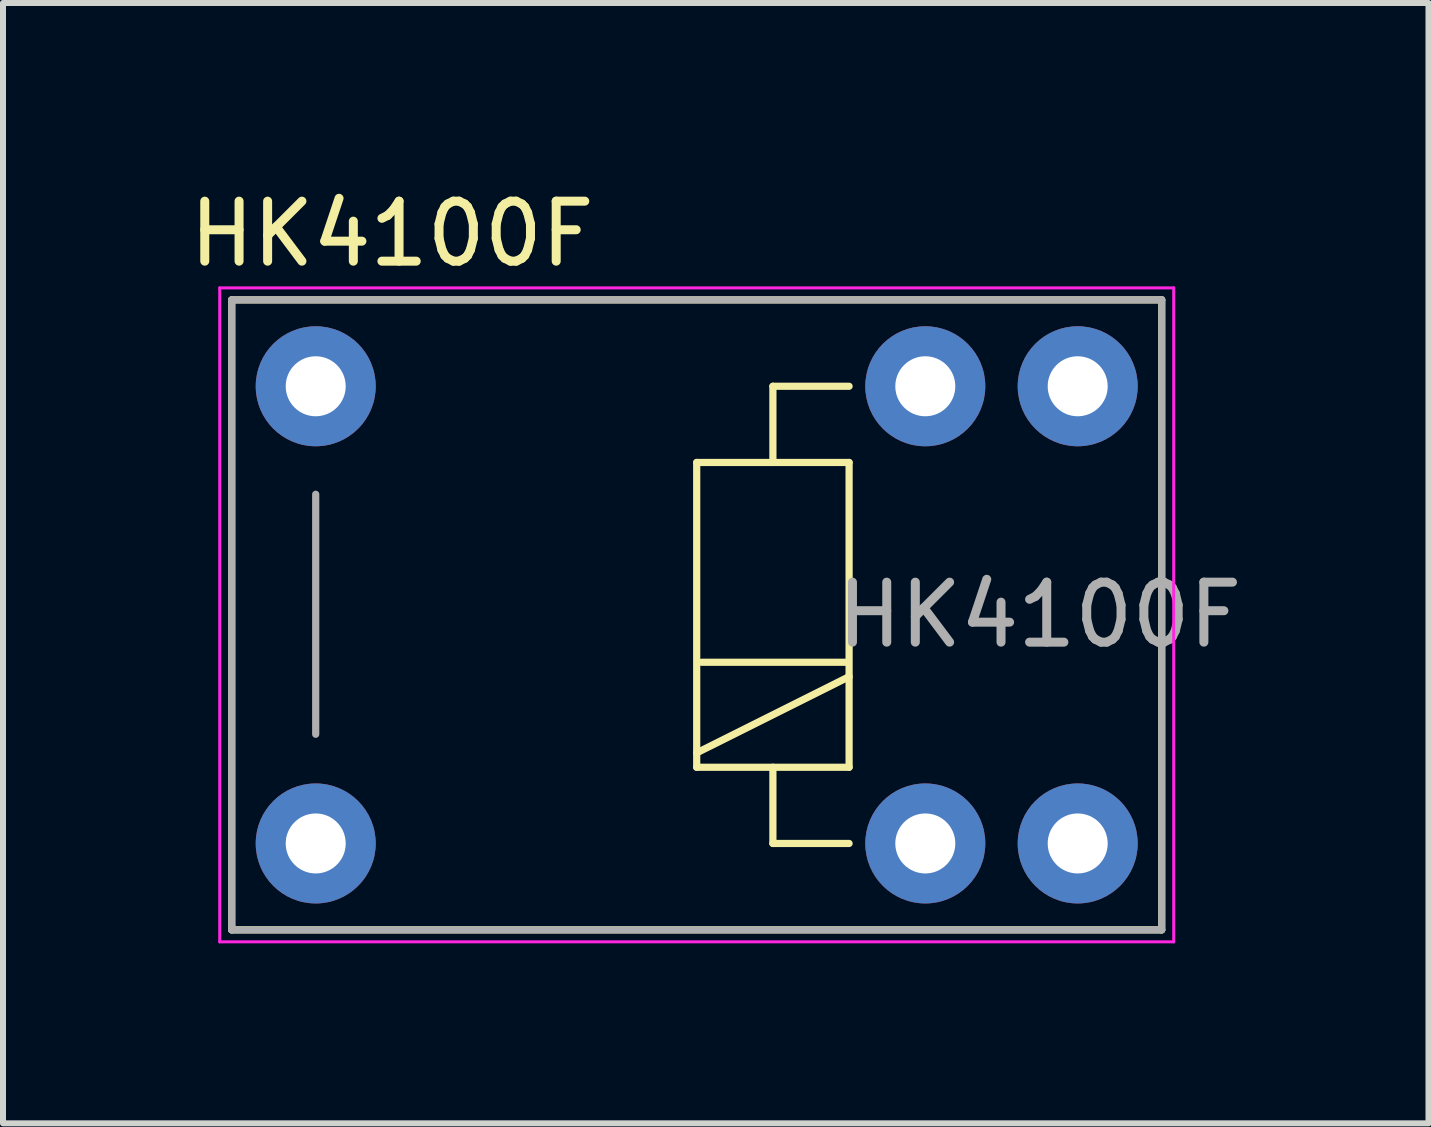
<source format=kicad_pcb>
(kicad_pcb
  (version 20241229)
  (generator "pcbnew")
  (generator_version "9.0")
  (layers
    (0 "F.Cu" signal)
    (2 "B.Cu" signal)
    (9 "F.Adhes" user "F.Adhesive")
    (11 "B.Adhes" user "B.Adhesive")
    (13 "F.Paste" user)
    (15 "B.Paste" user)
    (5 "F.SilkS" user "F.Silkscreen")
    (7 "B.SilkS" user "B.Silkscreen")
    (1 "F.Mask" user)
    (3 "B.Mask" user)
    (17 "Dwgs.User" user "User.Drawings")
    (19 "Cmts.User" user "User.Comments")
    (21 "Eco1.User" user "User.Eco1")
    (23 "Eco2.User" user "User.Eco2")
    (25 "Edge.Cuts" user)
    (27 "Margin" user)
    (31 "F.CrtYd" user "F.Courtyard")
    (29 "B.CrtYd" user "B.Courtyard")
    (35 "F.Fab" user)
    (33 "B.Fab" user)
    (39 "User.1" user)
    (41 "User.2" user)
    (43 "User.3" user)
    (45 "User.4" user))
  (footprint "HK4100F"
    (layer "F.Cu")
    (at 2.212 3.388)
    (property "Reference" "HK4100F" (at 1.27 -2.54 0) (layer "F.SilkS") (effects (font (size 1 1) (thickness 0.15))))
    (attr through_hole)
    (fp_line (start -1.4 -1.44) (end 14.1 -1.44) (stroke (width 0.12) (type solid)) (layer "F.SilkS"))
    (fp_line (start -1.4 9.06) (end -1.4 -1.44) (stroke (width 0.12) (type solid)) (layer "F.SilkS"))
    (fp_line (start 6.35 1.27) (end 6.35 6.35) (stroke (width 0.12) (type solid)) (layer "F.SilkS"))
    (fp_line (start 6.35 6.35) (end 8.89 6.35) (stroke (width 0.12) (type solid)) (layer "F.SilkS"))
    (fp_line (start 7.62 0) (end 7.62 1.27) (stroke (width 0.12) (type solid)) (layer "F.SilkS"))
    (fp_line (start 7.62 1.27) (end 6.35 1.27) (stroke (width 0.12) (type solid)) (layer "F.SilkS"))
    (fp_line (start 7.62 6.35) (end 7.62 7.62) (stroke (width 0.12) (type solid)) (layer "F.SilkS"))
    (fp_line (start 7.62 7.62) (end 8.89 7.62) (stroke (width 0.12) (type solid)) (layer "F.SilkS"))
    (fp_line (start 8.83 4.6) (end 6.43 4.6) (stroke (width 0.12) (type solid)) (layer "F.SilkS"))
    (fp_line (start 8.89 0) (end 7.62 0) (stroke (width 0.12) (type solid)) (layer "F.SilkS"))
    (fp_line (start 8.89 1.27) (end 7.62 1.27) (stroke (width 0.12) (type solid)) (layer "F.SilkS"))
    (fp_line (start 8.89 4.84) (end 6.35 6.11) (stroke (width 0.12) (type solid)) (layer "F.SilkS"))
    (fp_line (start 8.89 6.35) (end 8.89 1.27) (stroke (width 0.12) (type solid)) (layer "F.SilkS"))
    (fp_line (start 14.1 -1.44) (end 14.1 9.06) (stroke (width 0.12) (type solid)) (layer "F.SilkS"))
    (fp_line (start 14.1 9.06) (end -1.4 9.06) (stroke (width 0.12) (type solid)) (layer "F.SilkS"))
    (fp_line (start -1.6 -1.64) (end 14.3 -1.64) (stroke (width 0.05) (type solid)) (layer "F.CrtYd"))
    (fp_line (start -1.6 9.26) (end -1.6 -1.64) (stroke (width 0.05) (type solid)) (layer "F.CrtYd"))
    (fp_line (start 14.3 -1.64) (end 14.3 9.26) (stroke (width 0.05) (type solid)) (layer "F.CrtYd"))
    (fp_line (start 14.3 9.26) (end -1.6 9.26) (stroke (width 0.05) (type solid)) (layer "F.CrtYd"))
    (fp_line (start -1.4 -1.44) (end 14.1 -1.44) (stroke (width 0.12) (type solid)) (layer "F.Fab"))
    (fp_line (start -1.4 9.06) (end -1.4 -1.44) (stroke (width 0.12) (type solid)) (layer "F.Fab"))
    (fp_line (start 0 1.8) (end 0 5.8) (stroke (width 0.12) (type solid)) (layer "F.Fab"))
    (fp_line (start 14.1 -1.44) (end 14.1 9.06) (stroke (width 0.12) (type solid)) (layer "F.Fab"))
    (fp_line (start 14.1 9.06) (end -1.4 9.06) (stroke (width 0.12) (type solid)) (layer "F.Fab"))
    (fp_text user "${REFERENCE}" (at 12.065 3.81 0) (layer "F.Fab") (effects (font (size 1 1) (thickness 0.15))))
    (pad "11" thru_hole circle (at 0 0) (size 2 2) (drill 1) (layers "*.Cu" "*.Mask"))
    (pad "11" thru_hole circle (at 0 7.62) (size 2 2) (drill 1) (layers "*.Cu" "*.Mask"))
    (pad "12" thru_hole circle (at 12.7 0) (size 2 2) (drill 1) (layers "*.Cu" "*.Mask"))
    (pad "14" thru_hole circle (at 12.7 7.62) (size 2 2) (drill 1) (layers "*.Cu" "*.Mask"))
    (pad "A1" thru_hole circle (at 10.16 0) (size 2 2) (drill 1) (layers "*.Cu" "*.Mask"))
    (pad "A2" thru_hole circle (at 10.16 7.62) (size 2 2) (drill 1) (layers "*.Cu" "*.Mask")))
  (gr_rect
    (start -3 -3)
    (end 20.759 15.673)
    (stroke (width 0.1) (type default))
    (fill no)
    (layer "Edge.Cuts")))
</source>
